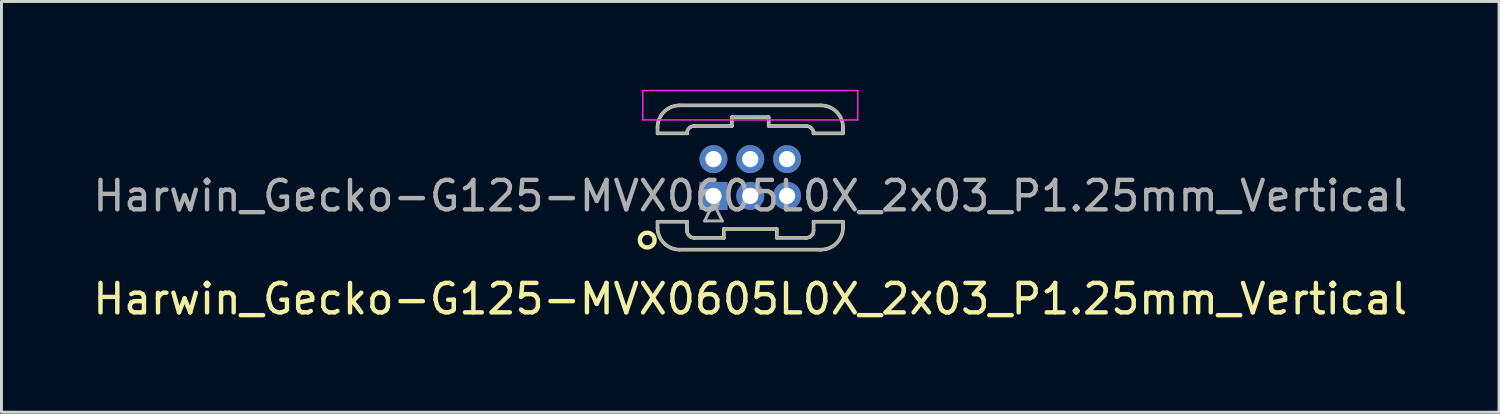
<source format=kicad_pcb>
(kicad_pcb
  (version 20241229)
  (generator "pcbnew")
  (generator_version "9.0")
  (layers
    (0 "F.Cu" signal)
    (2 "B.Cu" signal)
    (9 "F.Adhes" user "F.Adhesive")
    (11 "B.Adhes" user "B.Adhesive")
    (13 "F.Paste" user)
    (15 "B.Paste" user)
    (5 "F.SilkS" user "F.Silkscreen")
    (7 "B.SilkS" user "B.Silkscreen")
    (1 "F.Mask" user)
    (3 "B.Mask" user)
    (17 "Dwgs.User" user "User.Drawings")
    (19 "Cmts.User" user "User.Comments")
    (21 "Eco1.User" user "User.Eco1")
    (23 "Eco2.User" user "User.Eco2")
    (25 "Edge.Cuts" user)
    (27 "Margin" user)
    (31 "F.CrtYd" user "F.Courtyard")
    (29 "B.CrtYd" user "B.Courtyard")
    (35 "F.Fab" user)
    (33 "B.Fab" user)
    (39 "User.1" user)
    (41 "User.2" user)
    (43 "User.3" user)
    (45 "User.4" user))
  (footprint "Harwin_Gecko-G125-MVX0605L0X_2x03_P1.25mm_Vertical"
    (layer "F.Cu")
    (at 21.185 3.605)
    (property "Reference" "Harwin_Gecko-G125-MVX0605L0X_2x03_P1.25mm_Vertical" (at 1.25 3.5 0) (layer "F.SilkS") (effects (font (size 1 1) (thickness 0.15))))
    (attr through_hole)
    (fp_line (start -1.9 -2.325) (end -1.9 -2.125) (stroke (width 0.12) (type solid)) (layer "F.SilkS"))
    (fp_line (start -1.9 -2.125) (end -0.9 -2.125) (stroke (width 0.12) (type solid)) (layer "F.SilkS"))
    (fp_line (start -1.9 0.875) (end -0.9 0.875) (stroke (width 0.12) (type solid)) (layer "F.SilkS"))
    (fp_line (start -1.9 1.075) (end -1.9 0.875) (stroke (width 0.12) (type solid)) (layer "F.SilkS"))
    (fp_line (start -1.15 -3.075) (end 3.65 -3.075) (stroke (width 0.12) (type solid)) (layer "F.SilkS"))
    (fp_line (start -1.15 1.825) (end 3.65 1.825) (stroke (width 0.12) (type solid)) (layer "F.SilkS"))
    (fp_line (start -0.9 -2.125) (end -0.9 -2.125) (stroke (width 0.12) (type solid)) (layer "F.SilkS"))
    (fp_line (start -0.9 0.875) (end -0.9 0.875) (stroke (width 0.12) (type solid)) (layer "F.SilkS"))
    (fp_line (start -0.9 1.175) (end -0.9 0.875) (stroke (width 0.12) (type solid)) (layer "F.SilkS"))
    (fp_line (start -0.65 -2.375) (end 0.625 -2.375) (stroke (width 0.12) (type solid)) (layer "F.SilkS"))
    (fp_line (start -0.65 1.425) (end 0.35 1.425) (stroke (width 0.12) (type solid)) (layer "F.SilkS"))
    (fp_line (start 0.35 1.125) (end 2.15 1.125) (stroke (width 0.12) (type solid)) (layer "F.SilkS"))
    (fp_line (start 0.35 1.425) (end 0.35 1.125) (stroke (width 0.12) (type solid)) (layer "F.SilkS"))
    (fp_line (start 0.625 -2.675) (end 1.875 -2.675) (stroke (width 0.12) (type solid)) (layer "F.SilkS"))
    (fp_line (start 0.625 -2.375) (end 0.625 -2.675) (stroke (width 0.12) (type solid)) (layer "F.SilkS"))
    (fp_line (start 1.875 -2.675) (end 1.875 -2.375) (stroke (width 0.12) (type solid)) (layer "F.SilkS"))
    (fp_line (start 1.875 -2.375) (end 3.15 -2.375) (stroke (width 0.12) (type solid)) (layer "F.SilkS"))
    (fp_line (start 2.15 1.125) (end 2.15 1.425) (stroke (width 0.12) (type solid)) (layer "F.SilkS"))
    (fp_line (start 2.15 1.425) (end 3.15 1.425) (stroke (width 0.12) (type solid)) (layer "F.SilkS"))
    (fp_line (start 3.4 -2.125) (end 3.4 -2.125) (stroke (width 0.12) (type solid)) (layer "F.SilkS"))
    (fp_line (start 3.4 0.875) (end 3.4 0.875) (stroke (width 0.12) (type solid)) (layer "F.SilkS"))
    (fp_line (start 3.4 1.175) (end 3.4 0.875) (stroke (width 0.12) (type solid)) (layer "F.SilkS"))
    (fp_line (start 4.4 -2.325) (end 4.4 -2.125) (stroke (width 0.12) (type solid)) (layer "F.SilkS"))
    (fp_line (start 4.4 -2.125) (end 3.4 -2.125) (stroke (width 0.12) (type solid)) (layer "F.SilkS"))
    (fp_line (start 4.4 0.875) (end 3.4 0.875) (stroke (width 0.12) (type solid)) (layer "F.SilkS"))
    (fp_line (start 4.4 1.075) (end 4.4 0.875) (stroke (width 0.12) (type solid)) (layer "F.SilkS"))
    (fp_arc (start -1.9 -2.325) (mid -1.68033 -2.85533) (end -1.15 -3.075) (stroke (width 0.12) (type solid)) (layer "F.SilkS"))
    (fp_arc (start -1.15 1.825) (mid -1.68033 1.60533) (end -1.9 1.075) (stroke (width 0.12) (type solid)) (layer "F.SilkS"))
    (fp_arc (start -0.9 -2.125) (mid -0.826777 -2.301777) (end -0.65 -2.375) (stroke (width 0.12) (type solid)) (layer "F.SilkS"))
    (fp_arc (start -0.65 1.425) (mid -0.826777 1.351777) (end -0.9 1.175) (stroke (width 0.12) (type solid)) (layer "F.SilkS"))
    (fp_arc (start 3.15 -2.375) (mid 3.326777 -2.301777) (end 3.4 -2.125) (stroke (width 0.12) (type solid)) (layer "F.SilkS"))
    (fp_arc (start 3.4 1.175) (mid 3.326777 1.351777) (end 3.15 1.425) (stroke (width 0.12) (type solid)) (layer "F.SilkS"))
    (fp_arc (start 3.65 -3.075) (mid 4.18033 -2.85533) (end 4.4 -2.325) (stroke (width 0.12) (type solid)) (layer "F.SilkS"))
    (fp_arc (start 4.4 1.075) (mid 4.18033 1.60533) (end 3.65 1.825) (stroke (width 0.12) (type solid)) (layer "F.SilkS"))
    (fp_circle (center -2.25 1.5) (end -2 1.5) (stroke (width 0.15) (type solid)) (fill no) (layer "F.SilkS"))
    (fp_line (start -2.4 -3.58) (end -2.4 -2.58) (stroke (width 0.05) (type solid)) (layer "F.CrtYd"))
    (fp_line (start -2.4 -2.58) (end 4.9 -2.58) (stroke (width 0.05) (type solid)) (layer "F.CrtYd"))
    (fp_line (start 4.9 -3.58) (end -2.4 -3.58) (stroke (width 0.05) (type solid)) (layer "F.CrtYd"))
    (fp_line (start 4.9 -2.58) (end 4.9 -3.58) (stroke (width 0.05) (type solid)) (layer "F.CrtYd"))
    (fp_line (start -1.9 -2.325) (end -1.9 -2.125) (stroke (width 0.1) (type solid)) (layer "F.Fab"))
    (fp_line (start -1.9 -2.125) (end -0.9 -2.125) (stroke (width 0.1) (type solid)) (layer "F.Fab"))
    (fp_line (start -1.9 0.875) (end -0.9 0.875) (stroke (width 0.1) (type solid)) (layer "F.Fab"))
    (fp_line (start -1.9 1.075) (end -1.9 0.875) (stroke (width 0.1) (type solid)) (layer "F.Fab"))
    (fp_line (start -1.15 -3.075) (end 3.65 -3.075) (stroke (width 0.1) (type solid)) (layer "F.Fab"))
    (fp_line (start -1.15 1.825) (end 3.65 1.825) (stroke (width 0.1) (type solid)) (layer "F.Fab"))
    (fp_line (start -0.9 -2.125) (end -0.9 -2.125) (stroke (width 0.1) (type solid)) (layer "F.Fab"))
    (fp_line (start -0.9 0.875) (end -0.9 0.875) (stroke (width 0.1) (type solid)) (layer "F.Fab"))
    (fp_line (start -0.9 1.175) (end -0.9 0.875) (stroke (width 0.1) (type solid)) (layer "F.Fab"))
    (fp_line (start -0.65 -2.375) (end 0.625 -2.375) (stroke (width 0.1) (type solid)) (layer "F.Fab"))
    (fp_line (start -0.65 1.425) (end 0.35 1.425) (stroke (width 0.1) (type solid)) (layer "F.Fab"))
    (fp_line (start -0.3 0.85) (end 0.3 0.85) (stroke (width 0.1) (type solid)) (layer "F.Fab"))
    (fp_line (start 0 0.25) (end -0.3 0.85) (stroke (width 0.1) (type solid)) (layer "F.Fab"))
    (fp_line (start 0.3 0.85) (end 0 0.25) (stroke (width 0.1) (type solid)) (layer "F.Fab"))
    (fp_line (start 0.35 1.125) (end 2.15 1.125) (stroke (width 0.1) (type solid)) (layer "F.Fab"))
    (fp_line (start 0.35 1.425) (end 0.35 1.125) (stroke (width 0.1) (type solid)) (layer "F.Fab"))
    (fp_line (start 0.625 -2.675) (end 1.875 -2.675) (stroke (width 0.1) (type solid)) (layer "F.Fab"))
    (fp_line (start 0.625 -2.375) (end 0.625 -2.675) (stroke (width 0.1) (type solid)) (layer "F.Fab"))
    (fp_line (start 1.875 -2.675) (end 1.875 -2.375) (stroke (width 0.1) (type solid)) (layer "F.Fab"))
    (fp_line (start 1.875 -2.375) (end 3.15 -2.375) (stroke (width 0.1) (type solid)) (layer "F.Fab"))
    (fp_line (start 2.15 1.125) (end 2.15 1.425) (stroke (width 0.1) (type solid)) (layer "F.Fab"))
    (fp_line (start 2.15 1.425) (end 3.15 1.425) (stroke (width 0.1) (type solid)) (layer "F.Fab"))
    (fp_line (start 3.4 -2.125) (end 3.4 -2.125) (stroke (width 0.1) (type solid)) (layer "F.Fab"))
    (fp_line (start 3.4 0.875) (end 3.4 0.875) (stroke (width 0.1) (type solid)) (layer "F.Fab"))
    (fp_line (start 3.4 1.175) (end 3.4 0.875) (stroke (width 0.1) (type solid)) (layer "F.Fab"))
    (fp_line (start 4.4 -2.325) (end 4.4 -2.125) (stroke (width 0.1) (type solid)) (layer "F.Fab"))
    (fp_line (start 4.4 -2.125) (end 3.4 -2.125) (stroke (width 0.1) (type solid)) (layer "F.Fab"))
    (fp_line (start 4.4 0.875) (end 3.4 0.875) (stroke (width 0.1) (type solid)) (layer "F.Fab"))
    (fp_line (start 4.4 1.075) (end 4.4 0.875) (stroke (width 0.1) (type solid)) (layer "F.Fab"))
    (fp_arc (start -1.9 -2.325) (mid -1.68033 -2.85533) (end -1.15 -3.075) (stroke (width 0.1) (type solid)) (layer "F.Fab"))
    (fp_arc (start -1.15 1.825) (mid -1.68033 1.60533) (end -1.9 1.075) (stroke (width 0.1) (type solid)) (layer "F.Fab"))
    (fp_arc (start -0.9 -2.125) (mid -0.826777 -2.301777) (end -0.65 -2.375) (stroke (width 0.1) (type solid)) (layer "F.Fab"))
    (fp_arc (start -0.65 1.425) (mid -0.826777 1.351777) (end -0.9 1.175) (stroke (width 0.1) (type solid)) (layer "F.Fab"))
    (fp_arc (start 3.15 -2.375) (mid 3.326777 -2.301777) (end 3.4 -2.125) (stroke (width 0.1) (type solid)) (layer "F.Fab"))
    (fp_arc (start 3.4 1.175) (mid 3.326777 1.351777) (end 3.15 1.425) (stroke (width 0.1) (type solid)) (layer "F.Fab"))
    (fp_arc (start 3.65 -3.075) (mid 4.18033 -2.85533) (end 4.4 -2.325) (stroke (width 0.1) (type solid)) (layer "F.Fab"))
    (fp_arc (start 4.4 1.075) (mid 4.18033 1.60533) (end 3.65 1.825) (stroke (width 0.1) (type solid)) (layer "F.Fab"))
    (fp_text user "${REFERENCE}" (at 1.25 0 0) (layer "F.Fab") (effects (font (size 1 1) (thickness 0.15))))
    (pad "1" thru_hole rect (at 0 0) (size 0.95 0.95) (drill 0.55) (layers "*.Cu" "*.Mask"))
    (pad "2" thru_hole circle (at 0 -1.25) (size 0.95 0.95) (drill 0.55) (layers "*.Cu" "*.Mask"))
    (pad "3" thru_hole circle (at 1.25 0) (size 0.95 0.95) (drill 0.55) (layers "*.Cu" "*.Mask"))
    (pad "4" thru_hole circle (at 1.25 -1.25) (size 0.95 0.95) (drill 0.55) (layers "*.Cu" "*.Mask"))
    (pad "5" thru_hole circle (at 2.5 0) (size 0.95 0.95) (drill 0.55) (layers "*.Cu" "*.Mask"))
    (pad "6" thru_hole circle (at 2.5 -1.25) (size 0.95 0.95) (drill 0.55) (layers "*.Cu" "*.Mask")))
  (gr_rect
    (start -3 -3)
    (end 47.869 10.953)
    (stroke (width 0.1) (type default))
    (fill no)
    (layer "Edge.Cuts")))
</source>
